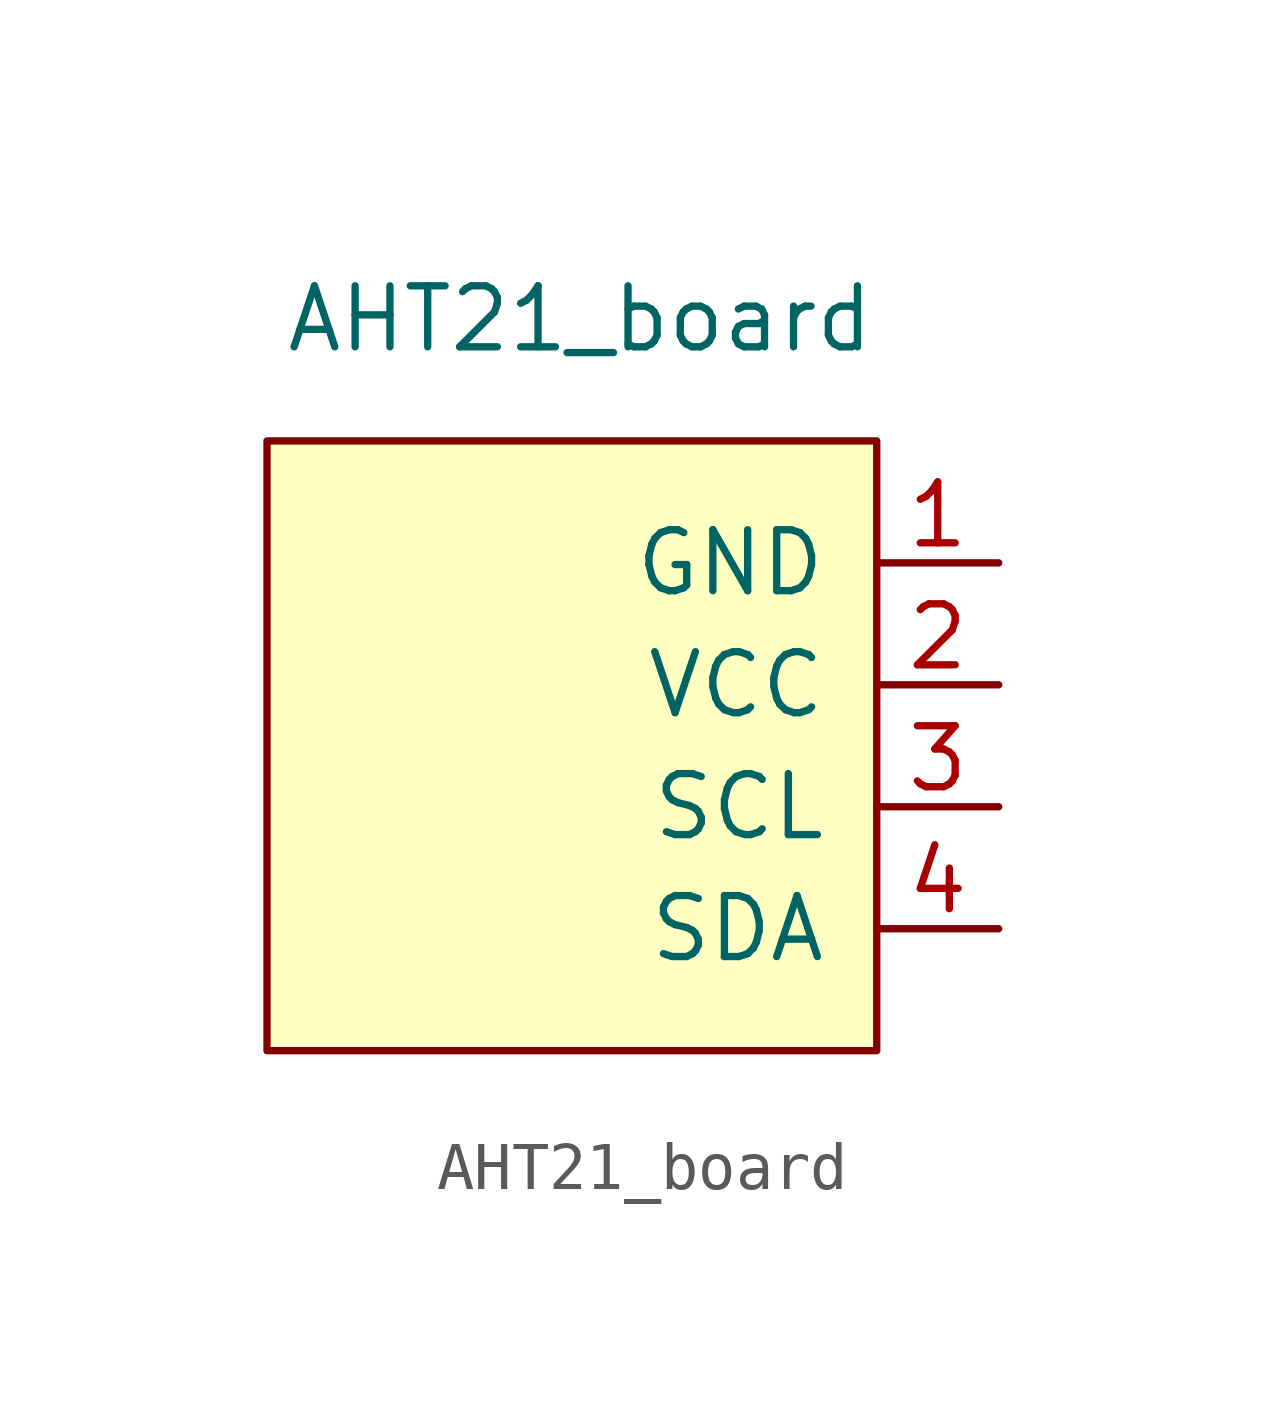
<source format=kicad_sym>
(kicad_symbol_lib
  (version 20211014)
  (generator kicad_symbol_editor)
  (symbol "AHT21_board"
    (pin_names
      (offset 1.016))
    (property "Reference" "NA?"
      (at -1.245 3.886 0)
      (effects (font (size 1.27 1.27)) (justify right) hide))
    (property "Value" "AHT21_board"
      (at 6.35 8.89 0)
      (effects (font (size 1.27 1.27)) (justify right)))
    (symbol "AHT21_board_0_1"
      (rectangle (start -6.35 6.35) (end 6.35 -6.35) (stroke (width 0) (type default) (color 0 0 0 0)) (fill (type background))))
    (symbol "AHT21_board_1_1"
      (pin input line (at 8.89 3.81 180) (length 2.54) (name "GND" (effects (font (size 1.27 1.27)))) (number "1" (effects (font (size 1.27 1.27)))))
      (pin input line (at 8.89 1.27 180) (length 2.54) (name "VCC" (effects (font (size 1.27 1.27)))) (number "2" (effects (font (size 1.27 1.27)))))
      (pin input line (at 8.89 -1.27 180) (length 2.54) (name "SCL" (effects (font (size 1.27 1.27)))) (number "3" (effects (font (size 1.27 1.27)))))
      (pin input line (at 8.89 -3.81 180) (length 2.54) (name "SDA" (effects (font (size 1.27 1.27)))) (number "4" (effects (font (size 1.27 1.27))))))))
</source>
